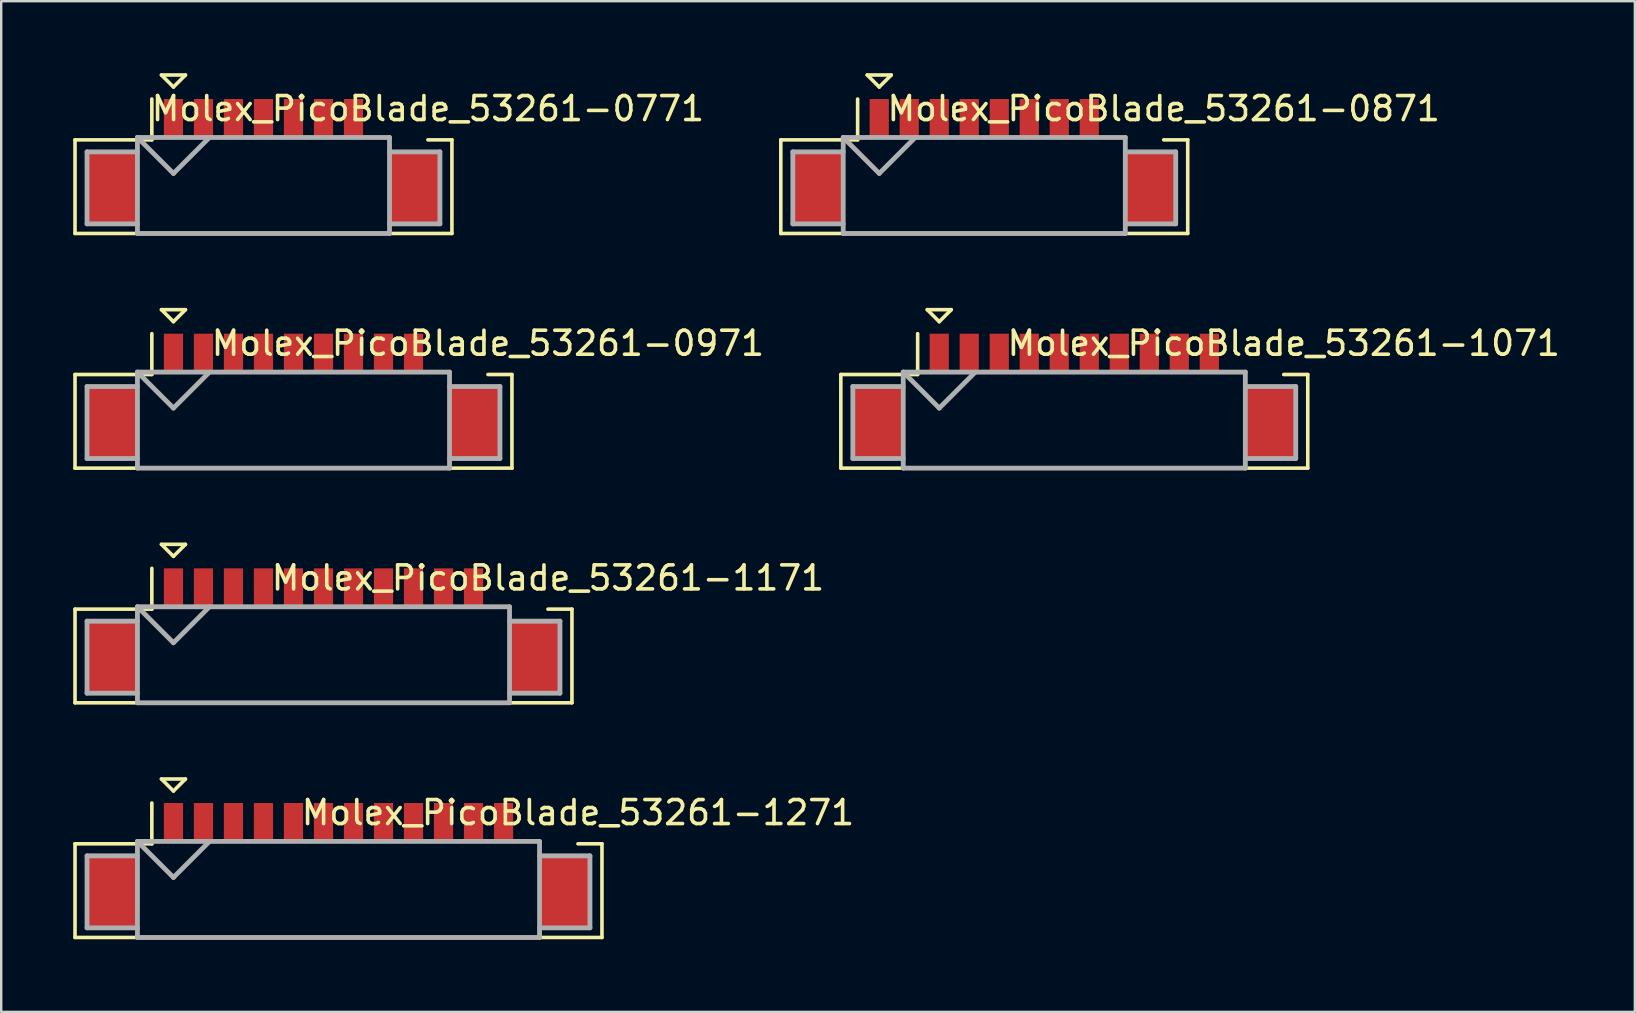
<source format=kicad_pcb>
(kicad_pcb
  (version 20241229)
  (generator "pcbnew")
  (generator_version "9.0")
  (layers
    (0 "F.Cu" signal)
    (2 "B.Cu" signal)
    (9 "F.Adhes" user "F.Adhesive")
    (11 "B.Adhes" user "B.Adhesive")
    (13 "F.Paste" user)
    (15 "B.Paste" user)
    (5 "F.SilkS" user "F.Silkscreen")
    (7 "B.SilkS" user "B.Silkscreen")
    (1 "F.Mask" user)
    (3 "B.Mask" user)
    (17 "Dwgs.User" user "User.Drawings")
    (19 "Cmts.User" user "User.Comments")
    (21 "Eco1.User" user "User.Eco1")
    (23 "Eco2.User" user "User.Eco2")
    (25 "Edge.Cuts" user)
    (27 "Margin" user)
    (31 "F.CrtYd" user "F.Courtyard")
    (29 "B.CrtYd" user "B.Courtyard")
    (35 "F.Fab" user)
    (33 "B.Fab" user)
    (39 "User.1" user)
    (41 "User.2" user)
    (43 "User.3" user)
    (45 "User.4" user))
  (footprint "Molex_PicoBlade_53261-0971"
    (layer "F.Cu")
    (at 9.175 14.55)
    (property "Reference" "Molex_PicoBlade_53261-0971" (at 8.1 -3.3 0) (layer "F.SilkS") (effects (font (size 1 1) (thickness 0.15))))
    (attr smd)
    (fp_line (start -9.1 -2) (end -9.1 1.9) (stroke (width 0.15) (type solid)) (layer "F.SilkS"))
    (fp_line (start -9.1 1.9) (end 9.1 1.9) (stroke (width 0.15) (type solid)) (layer "F.SilkS"))
    (fp_line (start -5.9 -3.7) (end -5.9 -2) (stroke (width 0.15) (type solid)) (layer "F.SilkS"))
    (fp_line (start -5.9 -2) (end -9.1 -2) (stroke (width 0.15) (type solid)) (layer "F.SilkS"))
    (fp_line (start -5.5 -4.7) (end -4.5 -4.7) (stroke (width 0.15) (type solid)) (layer "F.SilkS"))
    (fp_line (start -5 -4.2) (end -5.5 -4.7) (stroke (width 0.15) (type solid)) (layer "F.SilkS"))
    (fp_line (start -4.5 -4.7) (end -5 -4.2) (stroke (width 0.15) (type solid)) (layer "F.SilkS"))
    (fp_line (start 9.1 -2) (end 8.1 -2) (stroke (width 0.15) (type solid)) (layer "F.SilkS"))
    (fp_line (start 9.1 1.9) (end 9.1 -2) (stroke (width 0.15) (type solid)) (layer "F.SilkS"))
    (fp_line (start -8.6 -1.5) (end -8.6 1.5) (stroke (width 0.2) (type solid)) (layer "F.Fab"))
    (fp_line (start -8.6 1.5) (end -6.5 1.5) (stroke (width 0.2) (type solid)) (layer "F.Fab"))
    (fp_line (start -6.5 -2.1) (end -6.5 1.9) (stroke (width 0.2) (type solid)) (layer "F.Fab"))
    (fp_line (start -6.5 -2.1) (end -5 -0.6) (stroke (width 0.2) (type solid)) (layer "F.Fab"))
    (fp_line (start -6.5 -1.5) (end -8.6 -1.5) (stroke (width 0.2) (type solid)) (layer "F.Fab"))
    (fp_line (start -6.5 1.9) (end 6.5 1.9) (stroke (width 0.2) (type solid)) (layer "F.Fab"))
    (fp_line (start -5 -0.6) (end -3.5 -2.1) (stroke (width 0.2) (type solid)) (layer "F.Fab"))
    (fp_line (start 6.5 -2.1) (end -6.5 -2.1) (stroke (width 0.2) (type solid)) (layer "F.Fab"))
    (fp_line (start 6.5 -1.5) (end 8.6 -1.5) (stroke (width 0.2) (type solid)) (layer "F.Fab"))
    (fp_line (start 6.5 1.9) (end 6.5 -2.1) (stroke (width 0.2) (type solid)) (layer "F.Fab"))
    (fp_line (start 8.6 -1.5) (end 8.6 1.5) (stroke (width 0.2) (type solid)) (layer "F.Fab"))
    (fp_line (start 8.6 1.5) (end 6.5 1.5) (stroke (width 0.2) (type solid)) (layer "F.Fab"))
    (pad "" smd rect (at -7.55 0) (size 2.1 3) (layers "F.Cu" "F.Mask" "F.Paste"))
    (pad "" smd rect (at 7.55 0) (size 2.1 3) (layers "F.Cu" "F.Mask" "F.Paste"))
    (pad "1" smd rect (at -5 -2.9) (size 0.8 1.6) (layers "F.Cu" "F.Mask" "F.Paste"))
    (pad "2" smd rect (at -3.75 -2.9) (size 0.8 1.6) (layers "F.Cu" "F.Mask" "F.Paste"))
    (pad "3" smd rect (at -2.5 -2.9) (size 0.8 1.6) (layers "F.Cu" "F.Mask" "F.Paste"))
    (pad "4" smd rect (at -1.25 -2.9) (size 0.8 1.6) (layers "F.Cu" "F.Mask" "F.Paste"))
    (pad "5" smd rect (at 0 -2.9) (size 0.8 1.6) (layers "F.Cu" "F.Mask" "F.Paste"))
    (pad "6" smd rect (at 1.25 -2.9) (size 0.8 1.6) (layers "F.Cu" "F.Mask" "F.Paste"))
    (pad "7" smd rect (at 2.5 -2.9) (size 0.8 1.6) (layers "F.Cu" "F.Mask" "F.Paste"))
    (pad "8" smd rect (at 3.75 -2.9) (size 0.8 1.6) (layers "F.Cu" "F.Mask" "F.Paste"))
    (pad "9" smd rect (at 5 -2.9) (size 0.8 1.6) (layers "F.Cu" "F.Mask" "F.Paste")))
  (footprint "Molex_PicoBlade_53261-1271"
    (layer "F.Cu")
    (at 11.05 34.1)
    (property "Reference" "Molex_PicoBlade_53261-1271" (at 9.975 -3.3 0) (layer "F.SilkS") (effects (font (size 1 1) (thickness 0.15))))
    (attr smd)
    (fp_line (start -10.975 -2) (end -10.975 1.9) (stroke (width 0.15) (type solid)) (layer "F.SilkS"))
    (fp_line (start -10.975 1.9) (end 10.975 1.9) (stroke (width 0.15) (type solid)) (layer "F.SilkS"))
    (fp_line (start -7.775 -3.7) (end -7.775 -2) (stroke (width 0.15) (type solid)) (layer "F.SilkS"))
    (fp_line (start -7.775 -2) (end -10.975 -2) (stroke (width 0.15) (type solid)) (layer "F.SilkS"))
    (fp_line (start -7.375 -4.7) (end -6.375 -4.7) (stroke (width 0.15) (type solid)) (layer "F.SilkS"))
    (fp_line (start -6.875 -4.2) (end -7.375 -4.7) (stroke (width 0.15) (type solid)) (layer "F.SilkS"))
    (fp_line (start -6.375 -4.7) (end -6.875 -4.2) (stroke (width 0.15) (type solid)) (layer "F.SilkS"))
    (fp_line (start 10.975 -2) (end 9.975 -2) (stroke (width 0.15) (type solid)) (layer "F.SilkS"))
    (fp_line (start 10.975 1.9) (end 10.975 -2) (stroke (width 0.15) (type solid)) (layer "F.SilkS"))
    (fp_line (start -10.475 -1.5) (end -10.475 1.5) (stroke (width 0.2) (type solid)) (layer "F.Fab"))
    (fp_line (start -10.475 1.5) (end -8.375 1.5) (stroke (width 0.2) (type solid)) (layer "F.Fab"))
    (fp_line (start -8.375 -2.1) (end -8.375 1.9) (stroke (width 0.2) (type solid)) (layer "F.Fab"))
    (fp_line (start -8.375 -2.1) (end -6.875 -0.6) (stroke (width 0.2) (type solid)) (layer "F.Fab"))
    (fp_line (start -8.375 -1.5) (end -10.475 -1.5) (stroke (width 0.2) (type solid)) (layer "F.Fab"))
    (fp_line (start -8.375 1.9) (end 8.375 1.9) (stroke (width 0.2) (type solid)) (layer "F.Fab"))
    (fp_line (start -6.875 -0.6) (end -5.375 -2.1) (stroke (width 0.2) (type solid)) (layer "F.Fab"))
    (fp_line (start 8.375 -2.1) (end -8.375 -2.1) (stroke (width 0.2) (type solid)) (layer "F.Fab"))
    (fp_line (start 8.375 -1.5) (end 10.475 -1.5) (stroke (width 0.2) (type solid)) (layer "F.Fab"))
    (fp_line (start 8.375 1.9) (end 8.375 -2.1) (stroke (width 0.2) (type solid)) (layer "F.Fab"))
    (fp_line (start 10.475 -1.5) (end 10.475 1.5) (stroke (width 0.2) (type solid)) (layer "F.Fab"))
    (fp_line (start 10.475 1.5) (end 8.375 1.5) (stroke (width 0.2) (type solid)) (layer "F.Fab"))
    (pad "" smd rect (at -9.425 0) (size 2.1 3) (layers "F.Cu" "F.Mask" "F.Paste"))
    (pad "" smd rect (at 9.425 0) (size 2.1 3) (layers "F.Cu" "F.Mask" "F.Paste"))
    (pad "1" smd rect (at -6.875 -2.9) (size 0.8 1.6) (layers "F.Cu" "F.Mask" "F.Paste"))
    (pad "2" smd rect (at -5.625 -2.9) (size 0.8 1.6) (layers "F.Cu" "F.Mask" "F.Paste"))
    (pad "3" smd rect (at -4.375 -2.9) (size 0.8 1.6) (layers "F.Cu" "F.Mask" "F.Paste"))
    (pad "4" smd rect (at -3.125 -2.9) (size 0.8 1.6) (layers "F.Cu" "F.Mask" "F.Paste"))
    (pad "5" smd rect (at -1.875 -2.9) (size 0.8 1.6) (layers "F.Cu" "F.Mask" "F.Paste"))
    (pad "6" smd rect (at -0.625 -2.9) (size 0.8 1.6) (layers "F.Cu" "F.Mask" "F.Paste"))
    (pad "7" smd rect (at 0.625 -2.9) (size 0.8 1.6) (layers "F.Cu" "F.Mask" "F.Paste"))
    (pad "8" smd rect (at 1.875 -2.9) (size 0.8 1.6) (layers "F.Cu" "F.Mask" "F.Paste"))
    (pad "9" smd rect (at 3.125 -2.9) (size 0.8 1.6) (layers "F.Cu" "F.Mask" "F.Paste"))
    (pad "10" smd rect (at 4.375 -2.9) (size 0.8 1.6) (layers "F.Cu" "F.Mask" "F.Paste"))
    (pad "11" smd rect (at 5.625 -2.9) (size 0.8 1.6) (layers "F.Cu" "F.Mask" "F.Paste"))
    (pad "12" smd rect (at 6.875 -2.9) (size 0.8 1.6) (layers "F.Cu" "F.Mask" "F.Paste")))
  (footprint "Molex_PicoBlade_53261-1171"
    (layer "F.Cu")
    (at 10.425 24.325)
    (property "Reference" "Molex_PicoBlade_53261-1171" (at 9.35 -3.3 0) (layer "F.SilkS") (effects (font (size 1 1) (thickness 0.15))))
    (attr smd)
    (fp_line (start -10.35 -2) (end -10.35 1.9) (stroke (width 0.15) (type solid)) (layer "F.SilkS"))
    (fp_line (start -10.35 1.9) (end 10.35 1.9) (stroke (width 0.15) (type solid)) (layer "F.SilkS"))
    (fp_line (start -7.15 -3.7) (end -7.15 -2) (stroke (width 0.15) (type solid)) (layer "F.SilkS"))
    (fp_line (start -7.15 -2) (end -10.35 -2) (stroke (width 0.15) (type solid)) (layer "F.SilkS"))
    (fp_line (start -6.75 -4.7) (end -5.75 -4.7) (stroke (width 0.15) (type solid)) (layer "F.SilkS"))
    (fp_line (start -6.25 -4.2) (end -6.75 -4.7) (stroke (width 0.15) (type solid)) (layer "F.SilkS"))
    (fp_line (start -5.75 -4.7) (end -6.25 -4.2) (stroke (width 0.15) (type solid)) (layer "F.SilkS"))
    (fp_line (start 10.35 -2) (end 9.35 -2) (stroke (width 0.15) (type solid)) (layer "F.SilkS"))
    (fp_line (start 10.35 1.9) (end 10.35 -2) (stroke (width 0.15) (type solid)) (layer "F.SilkS"))
    (fp_line (start -9.85 -1.5) (end -9.85 1.5) (stroke (width 0.2) (type solid)) (layer "F.Fab"))
    (fp_line (start -9.85 1.5) (end -7.75 1.5) (stroke (width 0.2) (type solid)) (layer "F.Fab"))
    (fp_line (start -7.75 -2.1) (end -7.75 1.9) (stroke (width 0.2) (type solid)) (layer "F.Fab"))
    (fp_line (start -7.75 -2.1) (end -6.25 -0.6) (stroke (width 0.2) (type solid)) (layer "F.Fab"))
    (fp_line (start -7.75 -1.5) (end -9.85 -1.5) (stroke (width 0.2) (type solid)) (layer "F.Fab"))
    (fp_line (start -7.75 1.9) (end 7.75 1.9) (stroke (width 0.2) (type solid)) (layer "F.Fab"))
    (fp_line (start -6.25 -0.6) (end -4.75 -2.1) (stroke (width 0.2) (type solid)) (layer "F.Fab"))
    (fp_line (start 7.75 -2.1) (end -7.75 -2.1) (stroke (width 0.2) (type solid)) (layer "F.Fab"))
    (fp_line (start 7.75 -1.5) (end 9.85 -1.5) (stroke (width 0.2) (type solid)) (layer "F.Fab"))
    (fp_line (start 7.75 1.9) (end 7.75 -2.1) (stroke (width 0.2) (type solid)) (layer "F.Fab"))
    (fp_line (start 9.85 -1.5) (end 9.85 1.5) (stroke (width 0.2) (type solid)) (layer "F.Fab"))
    (fp_line (start 9.85 1.5) (end 7.75 1.5) (stroke (width 0.2) (type solid)) (layer "F.Fab"))
    (pad "" smd rect (at -8.8 0) (size 2.1 3) (layers "F.Cu" "F.Mask" "F.Paste"))
    (pad "" smd rect (at 8.8 0) (size 2.1 3) (layers "F.Cu" "F.Mask" "F.Paste"))
    (pad "1" smd rect (at -6.25 -2.9) (size 0.8 1.6) (layers "F.Cu" "F.Mask" "F.Paste"))
    (pad "2" smd rect (at -5 -2.9) (size 0.8 1.6) (layers "F.Cu" "F.Mask" "F.Paste"))
    (pad "3" smd rect (at -3.75 -2.9) (size 0.8 1.6) (layers "F.Cu" "F.Mask" "F.Paste"))
    (pad "4" smd rect (at -2.5 -2.9) (size 0.8 1.6) (layers "F.Cu" "F.Mask" "F.Paste"))
    (pad "5" smd rect (at -1.25 -2.9) (size 0.8 1.6) (layers "F.Cu" "F.Mask" "F.Paste"))
    (pad "6" smd rect (at 0 -2.9) (size 0.8 1.6) (layers "F.Cu" "F.Mask" "F.Paste"))
    (pad "7" smd rect (at 1.25 -2.9) (size 0.8 1.6) (layers "F.Cu" "F.Mask" "F.Paste"))
    (pad "8" smd rect (at 2.5 -2.9) (size 0.8 1.6) (layers "F.Cu" "F.Mask" "F.Paste"))
    (pad "9" smd rect (at 3.75 -2.9) (size 0.8 1.6) (layers "F.Cu" "F.Mask" "F.Paste"))
    (pad "10" smd rect (at 5 -2.9) (size 0.8 1.6) (layers "F.Cu" "F.Mask" "F.Paste"))
    (pad "11" smd rect (at 6.25 -2.9) (size 0.8 1.6) (layers "F.Cu" "F.Mask" "F.Paste")))
  (footprint "Molex_PicoBlade_53261-1071"
    (layer "F.Cu")
    (at 41.7 14.55)
    (property "Reference" "Molex_PicoBlade_53261-1071" (at 8.725 -3.3 0) (layer "F.SilkS") (effects (font (size 1 1) (thickness 0.15))))
    (attr smd)
    (fp_line (start -9.725 -2) (end -9.725 1.9) (stroke (width 0.15) (type solid)) (layer "F.SilkS"))
    (fp_line (start -9.725 1.9) (end 9.725 1.9) (stroke (width 0.15) (type solid)) (layer "F.SilkS"))
    (fp_line (start -6.525 -3.7) (end -6.525 -2) (stroke (width 0.15) (type solid)) (layer "F.SilkS"))
    (fp_line (start -6.525 -2) (end -9.725 -2) (stroke (width 0.15) (type solid)) (layer "F.SilkS"))
    (fp_line (start -6.125 -4.7) (end -5.125 -4.7) (stroke (width 0.15) (type solid)) (layer "F.SilkS"))
    (fp_line (start -5.625 -4.2) (end -6.125 -4.7) (stroke (width 0.15) (type solid)) (layer "F.SilkS"))
    (fp_line (start -5.125 -4.7) (end -5.625 -4.2) (stroke (width 0.15) (type solid)) (layer "F.SilkS"))
    (fp_line (start 9.725 -2) (end 8.725 -2) (stroke (width 0.15) (type solid)) (layer "F.SilkS"))
    (fp_line (start 9.725 1.9) (end 9.725 -2) (stroke (width 0.15) (type solid)) (layer "F.SilkS"))
    (fp_line (start -9.225 -1.5) (end -9.225 1.5) (stroke (width 0.2) (type solid)) (layer "F.Fab"))
    (fp_line (start -9.225 1.5) (end -7.125 1.5) (stroke (width 0.2) (type solid)) (layer "F.Fab"))
    (fp_line (start -7.125 -2.1) (end -7.125 1.9) (stroke (width 0.2) (type solid)) (layer "F.Fab"))
    (fp_line (start -7.125 -2.1) (end -5.625 -0.6) (stroke (width 0.2) (type solid)) (layer "F.Fab"))
    (fp_line (start -7.125 -1.5) (end -9.225 -1.5) (stroke (width 0.2) (type solid)) (layer "F.Fab"))
    (fp_line (start -7.125 1.9) (end 7.125 1.9) (stroke (width 0.2) (type solid)) (layer "F.Fab"))
    (fp_line (start -5.625 -0.6) (end -4.125 -2.1) (stroke (width 0.2) (type solid)) (layer "F.Fab"))
    (fp_line (start 7.125 -2.1) (end -7.125 -2.1) (stroke (width 0.2) (type solid)) (layer "F.Fab"))
    (fp_line (start 7.125 -1.5) (end 9.225 -1.5) (stroke (width 0.2) (type solid)) (layer "F.Fab"))
    (fp_line (start 7.125 1.9) (end 7.125 -2.1) (stroke (width 0.2) (type solid)) (layer "F.Fab"))
    (fp_line (start 9.225 -1.5) (end 9.225 1.5) (stroke (width 0.2) (type solid)) (layer "F.Fab"))
    (fp_line (start 9.225 1.5) (end 7.125 1.5) (stroke (width 0.2) (type solid)) (layer "F.Fab"))
    (pad "" smd rect (at -8.175 0) (size 2.1 3) (layers "F.Cu" "F.Mask" "F.Paste"))
    (pad "" smd rect (at 8.175 0) (size 2.1 3) (layers "F.Cu" "F.Mask" "F.Paste"))
    (pad "1" smd rect (at -5.625 -2.9) (size 0.8 1.6) (layers "F.Cu" "F.Mask" "F.Paste"))
    (pad "2" smd rect (at -4.375 -2.9) (size 0.8 1.6) (layers "F.Cu" "F.Mask" "F.Paste"))
    (pad "3" smd rect (at -3.125 -2.9) (size 0.8 1.6) (layers "F.Cu" "F.Mask" "F.Paste"))
    (pad "4" smd rect (at -1.875 -2.9) (size 0.8 1.6) (layers "F.Cu" "F.Mask" "F.Paste"))
    (pad "5" smd rect (at -0.625 -2.9) (size 0.8 1.6) (layers "F.Cu" "F.Mask" "F.Paste"))
    (pad "6" smd rect (at 0.625 -2.9) (size 0.8 1.6) (layers "F.Cu" "F.Mask" "F.Paste"))
    (pad "7" smd rect (at 1.875 -2.9) (size 0.8 1.6) (layers "F.Cu" "F.Mask" "F.Paste"))
    (pad "8" smd rect (at 3.125 -2.9) (size 0.8 1.6) (layers "F.Cu" "F.Mask" "F.Paste"))
    (pad "9" smd rect (at 4.375 -2.9) (size 0.8 1.6) (layers "F.Cu" "F.Mask" "F.Paste"))
    (pad "10" smd rect (at 5.625 -2.9) (size 0.8 1.6) (layers "F.Cu" "F.Mask" "F.Paste")))
  (footprint "Molex_PicoBlade_53261-0871"
    (layer "F.Cu")
    (at 37.95 4.775)
    (property "Reference" "Molex_PicoBlade_53261-0871" (at 7.475 -3.3 0) (layer "F.SilkS") (effects (font (size 1 1) (thickness 0.15))))
    (attr smd)
    (fp_line (start -8.475 -2) (end -8.475 1.9) (stroke (width 0.15) (type solid)) (layer "F.SilkS"))
    (fp_line (start -8.475 1.9) (end 8.475 1.9) (stroke (width 0.15) (type solid)) (layer "F.SilkS"))
    (fp_line (start -5.275 -3.7) (end -5.275 -2) (stroke (width 0.15) (type solid)) (layer "F.SilkS"))
    (fp_line (start -5.275 -2) (end -8.475 -2) (stroke (width 0.15) (type solid)) (layer "F.SilkS"))
    (fp_line (start -4.875 -4.7) (end -3.875 -4.7) (stroke (width 0.15) (type solid)) (layer "F.SilkS"))
    (fp_line (start -4.375 -4.2) (end -4.875 -4.7) (stroke (width 0.15) (type solid)) (layer "F.SilkS"))
    (fp_line (start -3.875 -4.7) (end -4.375 -4.2) (stroke (width 0.15) (type solid)) (layer "F.SilkS"))
    (fp_line (start 8.475 -2) (end 7.475 -2) (stroke (width 0.15) (type solid)) (layer "F.SilkS"))
    (fp_line (start 8.475 1.9) (end 8.475 -2) (stroke (width 0.15) (type solid)) (layer "F.SilkS"))
    (fp_line (start -7.975 -1.5) (end -7.975 1.5) (stroke (width 0.2) (type solid)) (layer "F.Fab"))
    (fp_line (start -7.975 1.5) (end -5.875 1.5) (stroke (width 0.2) (type solid)) (layer "F.Fab"))
    (fp_line (start -5.875 -2.1) (end -5.875 1.9) (stroke (width 0.2) (type solid)) (layer "F.Fab"))
    (fp_line (start -5.875 -2.1) (end -4.375 -0.6) (stroke (width 0.2) (type solid)) (layer "F.Fab"))
    (fp_line (start -5.875 -1.5) (end -7.975 -1.5) (stroke (width 0.2) (type solid)) (layer "F.Fab"))
    (fp_line (start -5.875 1.9) (end 5.875 1.9) (stroke (width 0.2) (type solid)) (layer "F.Fab"))
    (fp_line (start -4.375 -0.6) (end -2.875 -2.1) (stroke (width 0.2) (type solid)) (layer "F.Fab"))
    (fp_line (start 5.875 -2.1) (end -5.875 -2.1) (stroke (width 0.2) (type solid)) (layer "F.Fab"))
    (fp_line (start 5.875 -1.5) (end 7.975 -1.5) (stroke (width 0.2) (type solid)) (layer "F.Fab"))
    (fp_line (start 5.875 1.9) (end 5.875 -2.1) (stroke (width 0.2) (type solid)) (layer "F.Fab"))
    (fp_line (start 7.975 -1.5) (end 7.975 1.5) (stroke (width 0.2) (type solid)) (layer "F.Fab"))
    (fp_line (start 7.975 1.5) (end 5.875 1.5) (stroke (width 0.2) (type solid)) (layer "F.Fab"))
    (pad "" smd rect (at -6.925 0) (size 2.1 3) (layers "F.Cu" "F.Mask" "F.Paste"))
    (pad "" smd rect (at 6.925 0) (size 2.1 3) (layers "F.Cu" "F.Mask" "F.Paste"))
    (pad "1" smd rect (at -4.375 -2.9) (size 0.8 1.6) (layers "F.Cu" "F.Mask" "F.Paste"))
    (pad "2" smd rect (at -3.125 -2.9) (size 0.8 1.6) (layers "F.Cu" "F.Mask" "F.Paste"))
    (pad "3" smd rect (at -1.875 -2.9) (size 0.8 1.6) (layers "F.Cu" "F.Mask" "F.Paste"))
    (pad "4" smd rect (at -0.625 -2.9) (size 0.8 1.6) (layers "F.Cu" "F.Mask" "F.Paste"))
    (pad "5" smd rect (at 0.625 -2.9) (size 0.8 1.6) (layers "F.Cu" "F.Mask" "F.Paste"))
    (pad "6" smd rect (at 1.875 -2.9) (size 0.8 1.6) (layers "F.Cu" "F.Mask" "F.Paste"))
    (pad "7" smd rect (at 3.125 -2.9) (size 0.8 1.6) (layers "F.Cu" "F.Mask" "F.Paste"))
    (pad "8" smd rect (at 4.375 -2.9) (size 0.8 1.6) (layers "F.Cu" "F.Mask" "F.Paste")))
  (footprint "Molex_PicoBlade_53261-0771"
    (layer "F.Cu")
    (at 7.925 4.775)
    (property "Reference" "Molex_PicoBlade_53261-0771" (at 6.85 -3.3 0) (layer "F.SilkS") (effects (font (size 1 1) (thickness 0.15))))
    (attr smd)
    (fp_line (start -7.85 -2) (end -7.85 1.9) (stroke (width 0.15) (type solid)) (layer "F.SilkS"))
    (fp_line (start -7.85 1.9) (end 7.85 1.9) (stroke (width 0.15) (type solid)) (layer "F.SilkS"))
    (fp_line (start -4.65 -3.7) (end -4.65 -2) (stroke (width 0.15) (type solid)) (layer "F.SilkS"))
    (fp_line (start -4.65 -2) (end -7.85 -2) (stroke (width 0.15) (type solid)) (layer "F.SilkS"))
    (fp_line (start -4.25 -4.7) (end -3.25 -4.7) (stroke (width 0.15) (type solid)) (layer "F.SilkS"))
    (fp_line (start -3.75 -4.2) (end -4.25 -4.7) (stroke (width 0.15) (type solid)) (layer "F.SilkS"))
    (fp_line (start -3.25 -4.7) (end -3.75 -4.2) (stroke (width 0.15) (type solid)) (layer "F.SilkS"))
    (fp_line (start 7.85 -2) (end 6.85 -2) (stroke (width 0.15) (type solid)) (layer "F.SilkS"))
    (fp_line (start 7.85 1.9) (end 7.85 -2) (stroke (width 0.15) (type solid)) (layer "F.SilkS"))
    (fp_line (start -7.35 -1.5) (end -7.35 1.5) (stroke (width 0.2) (type solid)) (layer "F.Fab"))
    (fp_line (start -7.35 1.5) (end -5.25 1.5) (stroke (width 0.2) (type solid)) (layer "F.Fab"))
    (fp_line (start -5.25 -2.1) (end -5.25 1.9) (stroke (width 0.2) (type solid)) (layer "F.Fab"))
    (fp_line (start -5.25 -2.1) (end -3.75 -0.6) (stroke (width 0.2) (type solid)) (layer "F.Fab"))
    (fp_line (start -5.25 -1.5) (end -7.35 -1.5) (stroke (width 0.2) (type solid)) (layer "F.Fab"))
    (fp_line (start -5.25 1.9) (end 5.25 1.9) (stroke (width 0.2) (type solid)) (layer "F.Fab"))
    (fp_line (start -3.75 -0.6) (end -2.25 -2.1) (stroke (width 0.2) (type solid)) (layer "F.Fab"))
    (fp_line (start 5.25 -2.1) (end -5.25 -2.1) (stroke (width 0.2) (type solid)) (layer "F.Fab"))
    (fp_line (start 5.25 -1.5) (end 7.35 -1.5) (stroke (width 0.2) (type solid)) (layer "F.Fab"))
    (fp_line (start 5.25 1.9) (end 5.25 -2.1) (stroke (width 0.2) (type solid)) (layer "F.Fab"))
    (fp_line (start 7.35 -1.5) (end 7.35 1.5) (stroke (width 0.2) (type solid)) (layer "F.Fab"))
    (fp_line (start 7.35 1.5) (end 5.25 1.5) (stroke (width 0.2) (type solid)) (layer "F.Fab"))
    (pad "" smd rect (at -6.3 0) (size 2.1 3) (layers "F.Cu" "F.Mask" "F.Paste"))
    (pad "" smd rect (at 6.3 0) (size 2.1 3) (layers "F.Cu" "F.Mask" "F.Paste"))
    (pad "1" smd rect (at -3.75 -2.9) (size 0.8 1.6) (layers "F.Cu" "F.Mask" "F.Paste"))
    (pad "2" smd rect (at -2.5 -2.9) (size 0.8 1.6) (layers "F.Cu" "F.Mask" "F.Paste"))
    (pad "3" smd rect (at -1.25 -2.9) (size 0.8 1.6) (layers "F.Cu" "F.Mask" "F.Paste"))
    (pad "4" smd rect (at 0 -2.9) (size 0.8 1.6) (layers "F.Cu" "F.Mask" "F.Paste"))
    (pad "5" smd rect (at 1.25 -2.9) (size 0.8 1.6) (layers "F.Cu" "F.Mask" "F.Paste"))
    (pad "6" smd rect (at 2.5 -2.9) (size 0.8 1.6) (layers "F.Cu" "F.Mask" "F.Paste"))
    (pad "7" smd rect (at 3.75 -2.9) (size 0.8 1.6) (layers "F.Cu" "F.Mask" "F.Paste")))
  (gr_rect
    (start -3 -3)
    (end 65.05 39.1)
    (stroke (width 0.1) (type default))
    (fill no)
    (layer "Edge.Cuts")))
</source>
